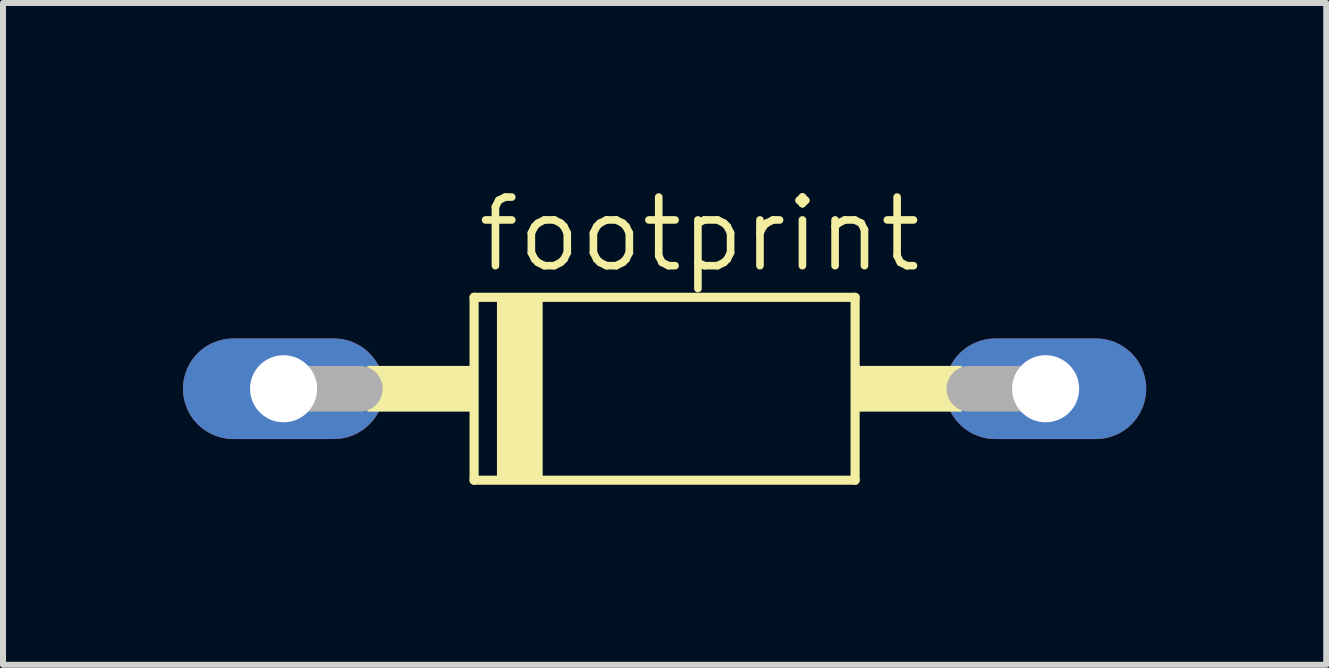
<source format=kicad_pcb>
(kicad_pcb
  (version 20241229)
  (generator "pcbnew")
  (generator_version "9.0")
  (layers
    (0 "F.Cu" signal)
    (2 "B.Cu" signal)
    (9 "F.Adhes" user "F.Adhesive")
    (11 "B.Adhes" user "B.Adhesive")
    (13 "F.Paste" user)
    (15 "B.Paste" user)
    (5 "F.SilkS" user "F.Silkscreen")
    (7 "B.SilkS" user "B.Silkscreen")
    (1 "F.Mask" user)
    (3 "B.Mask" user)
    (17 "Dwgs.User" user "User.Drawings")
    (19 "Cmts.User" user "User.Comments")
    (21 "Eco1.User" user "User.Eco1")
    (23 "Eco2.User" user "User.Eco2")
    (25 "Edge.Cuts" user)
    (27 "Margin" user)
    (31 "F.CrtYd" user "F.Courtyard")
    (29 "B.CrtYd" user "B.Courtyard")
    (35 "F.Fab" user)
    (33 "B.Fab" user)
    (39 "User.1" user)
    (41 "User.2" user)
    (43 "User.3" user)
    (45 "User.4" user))
  (footprint "footprint"
    (layer "F.Cu")
    (at 8.026 3.429)
    (property "Reference" "footprint" (at -3.175 -1.905 0) (layer "F.SilkS") (effects (font (size 1.143 1.143) (thickness 0.127)) (justify left bottom)))
    (fp_line (start -3.175 -1.524) (end -3.175 1.524) (stroke (width 0.152) (type solid)) (layer "F.SilkS"))
    (fp_line (start -3.175 1.524) (end 3.175 1.524) (stroke (width 0.152) (type solid)) (layer "F.SilkS"))
    (fp_line (start 3.175 -1.524) (end -3.175 -1.524) (stroke (width 0.152) (type solid)) (layer "F.SilkS"))
    (fp_line (start 3.175 1.524) (end 3.175 -1.524) (stroke (width 0.152) (type solid)) (layer "F.SilkS"))
    (fp_poly (pts (xy -4.953 0.381) (xy -3.175 0.381) (xy -3.175 -0.381) (xy -4.953 -0.381)) (stroke (width 0) (type solid)) (fill yes) (layer "F.SilkS"))
    (fp_poly (pts (xy -2.794 1.524) (xy -2.032 1.524) (xy -2.032 -1.524) (xy -2.794 -1.524)) (stroke (width 0) (type solid)) (fill yes) (layer "F.SilkS"))
    (fp_poly (pts (xy 3.175 0.381) (xy 4.953 0.381) (xy 4.953 -0.381) (xy 3.175 -0.381)) (stroke (width 0) (type solid)) (fill yes) (layer "F.SilkS"))
    (fp_line (start -6.35 0) (end -5.08 0) (stroke (width 0.762) (type solid)) (layer "F.Fab"))
    (fp_line (start 6.35 0) (end 5.08 0) (stroke (width 0.762) (type solid)) (layer "F.Fab"))
    (pad "A" thru_hole oval (at 6.35 0) (size 3.353 1.676) (drill 1.118) (layers "*.Cu" "*.Mask"))
    (pad "C" thru_hole oval (at -6.35 0) (size 3.353 1.676) (drill 1.118) (layers "*.Cu" "*.Mask")))
  (gr_rect
    (start -3 -3)
    (end 19.053 8.029)
    (stroke (width 0.1) (type default))
    (fill no)
    (layer "Edge.Cuts")))
</source>
